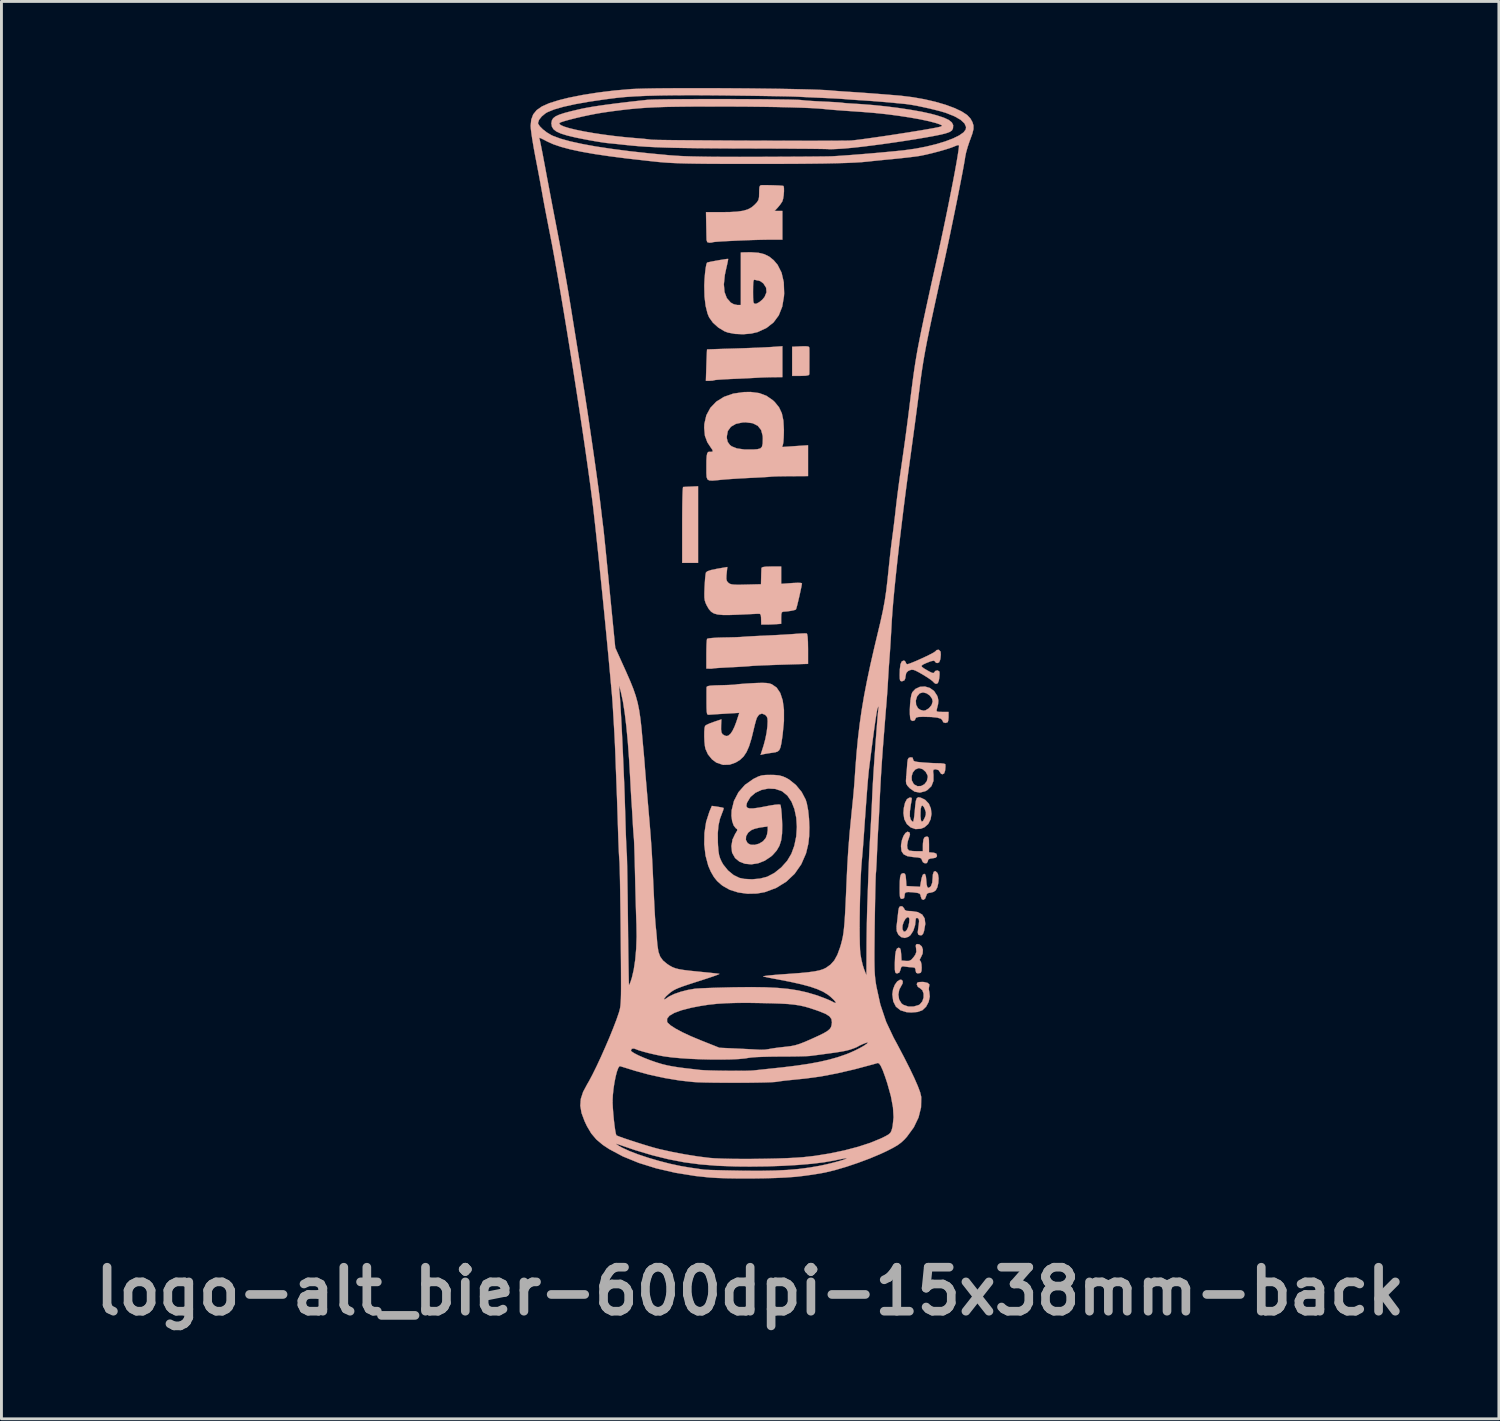
<source format=kicad_pcb>
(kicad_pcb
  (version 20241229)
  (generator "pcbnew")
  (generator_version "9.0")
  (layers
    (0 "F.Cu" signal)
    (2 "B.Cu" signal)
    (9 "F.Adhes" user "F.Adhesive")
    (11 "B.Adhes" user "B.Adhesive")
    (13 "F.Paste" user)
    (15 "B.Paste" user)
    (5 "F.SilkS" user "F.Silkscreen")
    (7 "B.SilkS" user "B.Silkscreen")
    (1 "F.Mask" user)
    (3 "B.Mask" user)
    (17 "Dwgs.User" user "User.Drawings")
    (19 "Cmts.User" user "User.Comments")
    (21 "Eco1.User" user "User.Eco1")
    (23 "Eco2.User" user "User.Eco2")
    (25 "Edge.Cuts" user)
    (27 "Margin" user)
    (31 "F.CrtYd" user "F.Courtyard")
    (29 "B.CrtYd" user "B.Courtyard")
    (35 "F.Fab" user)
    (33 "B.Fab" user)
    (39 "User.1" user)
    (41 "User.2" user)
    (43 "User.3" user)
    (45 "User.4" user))
  (footprint "logo-alt_bier-600dpi-15x38mm-back"
    (layer "F.Cu")
    (at 22.94 18.938)
    (property "Reference" "logo-alt_bier-600dpi-15x38mm-back" (at 0 22.75 0) (layer "F.Fab") (effects (font (size 1.524 1.524) (thickness 0.3))))
    (attr through_hole)
    (fp_poly (pts (xy -2.048 -5.13) (xy -2.186 -5.124) (xy -2.288 -5.118) (xy -2.324 -5.116) (xy -2.331 -5.074) (xy -2.339 -4.959) (xy -2.345 -4.778) (xy -2.35 -4.544) (xy -2.353 -4.266) (xy -2.355 -3.955) (xy -2.355 -3.8) (xy -2.355 -2.488) (xy -1.805 -2.488) (xy -1.805 -5.141) (xy -2.048 -5.13)) (stroke (width 0.01) (type solid)) (fill yes) (layer "B.SilkS"))
    (fp_poly (pts (xy 1.751 -9.988) (xy 1.455 -9.974) (xy 1.455 -8.965) (xy 1.751 -8.965) (xy 1.924 -8.971) (xy 2.021 -8.989) (xy 2.049 -9.018) (xy 2.05 -9.103) (xy 2.051 -9.242) (xy 2.051 -9.413) (xy 2.052 -9.591) (xy 2.052 -9.754) (xy 2.051 -9.878) (xy 2.05 -9.939) (xy 2.033 -9.972) (xy 1.975 -9.989) (xy 1.86 -9.992) (xy 1.751 -9.988)) (stroke (width 0.01) (type solid)) (fill yes) (layer "B.SilkS"))
    (fp_poly (pts (xy 0.724 -9.965) (xy 0.559 -9.956) (xy 0.33 -9.945) (xy 0.057 -9.934) (xy -0.24 -9.923) (xy -0.541 -9.913) (xy -0.577 -9.912) (xy -0.845 -9.904) (xy -1.082 -9.897) (xy -1.276 -9.89) (xy -1.415 -9.885) (xy -1.487 -9.882) (xy -1.493 -9.881) (xy -1.497 -9.839) (xy -1.502 -9.728) (xy -1.509 -9.566) (xy -1.516 -9.366) (xy -1.517 -9.335) (xy -1.534 -8.796) (xy -1.401 -8.796) (xy -1.303 -8.801) (xy -1.249 -8.815) (xy -1.249 -8.815) (xy -1.202 -8.824) (xy -1.086 -8.834) (xy -0.915 -8.845) (xy -0.706 -8.856) (xy -0.596 -8.861) (xy -0.354 -8.871) (xy -0.122 -8.882) (xy 0.076 -8.892) (xy 0.218 -8.9) (xy 0.248 -8.902) (xy 0.4 -8.91) (xy 0.594 -8.916) (xy 0.788 -8.92) (xy 1.116 -8.923) (xy 1.116 -9.993) (xy 0.724 -9.965)) (stroke (width 0.01) (type solid)) (fill yes) (layer "B.SilkS"))
    (fp_poly (pts (xy 5.192 11.955) (xy 5.096 12.013) (xy 5.012 12.131) (xy 4.951 12.286) (xy 4.926 12.456) (xy 4.926 12.464) (xy 4.957 12.705) (xy 5.05 12.888) (xy 5.205 13.013) (xy 5.42 13.079) (xy 5.582 13.09) (xy 5.799 13.072) (xy 5.957 13.016) (xy 5.969 13.009) (xy 6.095 12.889) (xy 6.184 12.722) (xy 6.223 12.539) (xy 6.208 12.395) (xy 6.188 12.284) (xy 6.196 12.202) (xy 6.199 12.197) (xy 6.21 12.121) (xy 6.148 12.065) (xy 6.023 12.035) (xy 5.958 12.032) (xy 5.841 12.038) (xy 5.787 12.062) (xy 5.773 12.115) (xy 5.773 12.118) (xy 5.811 12.202) (xy 5.875 12.243) (xy 5.965 12.317) (xy 6.009 12.436) (xy 6.008 12.574) (xy 5.964 12.707) (xy 5.878 12.809) (xy 5.844 12.829) (xy 5.662 12.885) (xy 5.475 12.883) (xy 5.311 12.827) (xy 5.242 12.775) (xy 5.16 12.639) (xy 5.134 12.47) (xy 5.165 12.298) (xy 5.226 12.185) (xy 5.282 12.082) (xy 5.285 11.999) (xy 5.237 11.955) (xy 5.192 11.955)) (stroke (width 0.01) (type solid)) (fill yes) (layer "B.SilkS"))
    (fp_poly (pts (xy 5.379 6.873) (xy 5.313 6.973) (xy 5.26 7.111) (xy 5.229 7.275) (xy 5.226 7.339) (xy 5.244 7.499) (xy 5.315 7.608) (xy 5.447 7.674) (xy 5.649 7.706) (xy 5.659 7.706) (xy 5.81 7.719) (xy 5.896 7.738) (xy 5.937 7.77) (xy 5.95 7.814) (xy 5.988 7.887) (xy 6.054 7.922) (xy 6.12 7.913) (xy 6.153 7.857) (xy 6.154 7.847) (xy 6.172 7.788) (xy 6.24 7.758) (xy 6.312 7.749) (xy 6.42 7.73) (xy 6.466 7.69) (xy 6.471 7.651) (xy 6.449 7.587) (xy 6.369 7.557) (xy 6.334 7.553) (xy 6.196 7.54) (xy 6.196 7.267) (xy 6.193 7.119) (xy 6.181 7.036) (xy 6.153 7.001) (xy 6.116 6.995) (xy 6.045 7.017) (xy 6.004 7.092) (xy 5.986 7.233) (xy 5.984 7.316) (xy 5.984 7.503) (xy 5.776 7.503) (xy 5.64 7.498) (xy 5.532 7.485) (xy 5.501 7.477) (xy 5.449 7.415) (xy 5.437 7.298) (xy 5.464 7.146) (xy 5.498 7.049) (xy 5.537 6.926) (xy 5.522 6.855) (xy 5.518 6.851) (xy 5.451 6.827) (xy 5.379 6.873)) (stroke (width 0.01) (type solid)) (fill yes) (layer "B.SilkS"))
    (fp_poly (pts (xy 5.772 5.668) (xy 5.739 5.763) (xy 5.718 5.927) (xy 5.707 6.063) (xy 5.691 6.241) (xy 5.672 6.382) (xy 5.653 6.468) (xy 5.642 6.487) (xy 5.597 6.454) (xy 5.558 6.396) (xy 5.531 6.29) (xy 5.534 6.12) (xy 5.567 5.881) (xy 5.587 5.774) (xy 5.6 5.68) (xy 5.579 5.645) (xy 5.515 5.647) (xy 5.431 5.7) (xy 5.366 5.822) (xy 5.324 6.002) (xy 5.31 6.182) (xy 5.34 6.393) (xy 5.429 6.562) (xy 5.563 6.679) (xy 5.729 6.736) (xy 5.914 6.724) (xy 6.037 6.674) (xy 6.169 6.559) (xy 6.251 6.397) (xy 6.281 6.212) (xy 6.275 6.153) (xy 6.088 6.153) (xy 6.084 6.244) (xy 6.051 6.338) (xy 5.992 6.451) (xy 5.947 6.481) (xy 5.916 6.429) (xy 5.901 6.296) (xy 5.9 6.214) (xy 5.908 6.039) (xy 5.933 5.94) (xy 5.971 5.919) (xy 6.021 5.978) (xy 6.049 6.039) (xy 6.088 6.153) (xy 6.275 6.153) (xy 6.261 6.024) (xy 6.19 5.856) (xy 6.068 5.728) (xy 6.028 5.704) (xy 5.908 5.648) (xy 5.826 5.633) (xy 5.772 5.668)) (stroke (width 0.01) (type solid)) (fill yes) (layer "B.SilkS"))
    (fp_poly (pts (xy 5.75 10.731) (xy 5.737 10.781) (xy 5.749 10.871) (xy 5.758 10.987) (xy 5.723 11.086) (xy 5.665 11.17) (xy 5.582 11.264) (xy 5.505 11.303) (xy 5.398 11.304) (xy 5.244 11.291) (xy 5.231 11.069) (xy 5.218 10.936) (xy 5.194 10.869) (xy 5.151 10.847) (xy 5.141 10.847) (xy 5.085 10.877) (xy 5.046 10.97) (xy 5.022 11.132) (xy 5.012 11.371) (xy 5.011 11.45) (xy 5.013 11.602) (xy 5.024 11.689) (xy 5.049 11.727) (xy 5.093 11.736) (xy 5.096 11.736) (xy 5.167 11.708) (xy 5.207 11.613) (xy 5.208 11.605) (xy 5.235 11.516) (xy 5.285 11.489) (xy 5.361 11.499) (xy 5.5 11.518) (xy 5.609 11.524) (xy 5.697 11.537) (xy 5.728 11.59) (xy 5.73 11.63) (xy 5.752 11.715) (xy 5.808 11.736) (xy 5.888 11.722) (xy 5.914 11.708) (xy 5.936 11.645) (xy 5.942 11.539) (xy 5.935 11.424) (xy 5.915 11.334) (xy 5.892 11.303) (xy 5.87 11.267) (xy 5.91 11.188) (xy 5.913 11.184) (xy 5.975 11.049) (xy 5.984 10.914) (xy 5.945 10.801) (xy 5.864 10.732) (xy 5.802 10.72) (xy 5.75 10.731)) (stroke (width 0.01) (type solid)) (fill yes) (layer "B.SilkS"))
    (fp_poly (pts (xy 0.402 -15.573) (xy 0.386 -15.572) (xy 0.344 -15.557) (xy 0.321 -15.505) (xy 0.313 -15.396) (xy 0.312 -15.31) (xy 0.308 -15.161) (xy 0.287 -15.063) (xy 0.237 -14.981) (xy 0.153 -14.892) (xy 0.044 -14.801) (xy -0.083 -14.733) (xy -0.242 -14.686) (xy -0.446 -14.656) (xy -0.71 -14.641) (xy -0.992 -14.638) (xy -1.53 -14.638) (xy -1.522 -14.204) (xy -1.518 -14.01) (xy -1.515 -13.841) (xy -1.512 -13.718) (xy -1.511 -13.675) (xy -1.486 -13.599) (xy -1.41 -13.579) (xy -1.326 -13.586) (xy -1.293 -13.597) (xy -1.246 -13.605) (xy -1.128 -13.615) (xy -0.953 -13.627) (xy -0.735 -13.638) (xy -0.489 -13.65) (xy -0.228 -13.661) (xy 0.034 -13.671) (xy 0.283 -13.678) (xy 0.505 -13.683) (xy 0.682 -13.685) (xy 1.116 -13.685) (xy 1.116 -14.68) (xy 0.846 -14.68) (xy 0.955 -14.796) (xy 1.043 -14.904) (xy 1.112 -15.007) (xy 1.115 -15.014) (xy 1.141 -15.1) (xy 1.161 -15.226) (xy 1.171 -15.362) (xy 1.17 -15.478) (xy 1.156 -15.543) (xy 1.154 -15.545) (xy 1.108 -15.553) (xy 1 -15.561) (xy 0.852 -15.567) (xy 0.688 -15.572) (xy 0.53 -15.574) (xy 0.402 -15.573)) (stroke (width 0.01) (type solid)) (fill yes) (layer "B.SilkS"))
    (fp_poly (pts (xy 1.775 -0.041) (xy 1.616 -0.031) (xy 1.573 -0.027) (xy 1.407 -0.015) (xy 1.182 -0.001) (xy 0.922 0.014) (xy 0.654 0.027) (xy 0.55 0.032) (xy 0.308 0.043) (xy 0.087 0.054) (xy -0.095 0.064) (xy -0.221 0.072) (xy -0.26 0.076) (xy -0.35 0.082) (xy -0.505 0.089) (xy -0.701 0.094) (xy -0.918 0.098) (xy -0.928 0.098) (xy -1.133 0.104) (xy -1.307 0.115) (xy -1.432 0.128) (xy -1.491 0.144) (xy -1.493 0.146) (xy -1.503 0.202) (xy -1.511 0.324) (xy -1.516 0.494) (xy -1.518 0.68) (xy -1.518 1.174) (xy -1.408 1.178) (xy -1.322 1.177) (xy -1.286 1.17) (xy -1.242 1.164) (xy -1.128 1.155) (xy -0.962 1.145) (xy -0.757 1.134) (xy -0.682 1.13) (xy -0.458 1.119) (xy -0.257 1.107) (xy -0.098 1.097) (xy 0.000153 1.088) (xy 0.013 1.087) (xy 0.085 1.081) (xy 0.228 1.073) (xy 0.427 1.064) (xy 0.67 1.055) (xy 0.942 1.045) (xy 1.061 1.041) (xy 2.005 1.012) (xy 2.005 0.493) (xy 2.001 0.246) (xy 1.99 0.072) (xy 1.972 -0.023) (xy 1.959 -0.041) (xy 1.897 -0.045) (xy 1.775 -0.041)) (stroke (width 0.01) (type solid)) (fill yes) (layer "B.SilkS"))
    (fp_poly (pts (xy 5.184 9.419) (xy 5.154 9.466) (xy 5.133 9.567) (xy 5.122 9.672) (xy 5.103 9.847) (xy 5.083 10.017) (xy 5.071 10.107) (xy 5.077 10.271) (xy 5.138 10.399) (xy 5.237 10.481) (xy 5.358 10.508) (xy 5.484 10.467) (xy 5.555 10.409) (xy 5.652 10.258) (xy 5.714 10.063) (xy 5.73 9.907) (xy 5.737 9.857) (xy 5.516 9.857) (xy 5.509 9.974) (xy 5.508 9.979) (xy 5.477 10.124) (xy 5.428 10.229) (xy 5.371 10.286) (xy 5.319 10.286) (xy 5.28 10.217) (xy 5.273 10.181) (xy 5.28 10.074) (xy 5.319 9.954) (xy 5.377 9.85) (xy 5.44 9.793) (xy 5.459 9.789) (xy 5.501 9.802) (xy 5.516 9.857) (xy 5.737 9.857) (xy 5.742 9.826) (xy 5.784 9.813) (xy 5.799 9.818) (xy 5.84 9.852) (xy 5.852 9.924) (xy 5.841 10.039) (xy 5.823 10.176) (xy 5.808 10.29) (xy 5.805 10.318) (xy 5.824 10.391) (xy 5.886 10.416) (xy 5.952 10.409) (xy 5.996 10.351) (xy 6.024 10.268) (xy 6.067 10.023) (xy 6.046 9.833) (xy 5.96 9.697) (xy 5.807 9.612) (xy 5.587 9.578) (xy 5.538 9.577) (xy 5.418 9.569) (xy 5.358 9.536) (xy 5.337 9.492) (xy 5.283 9.422) (xy 5.231 9.408) (xy 5.184 9.419)) (stroke (width 0.01) (type solid)) (fill yes) (layer "B.SilkS"))
    (fp_poly (pts (xy 6.362 8.215) (xy 6.33 8.31) (xy 6.323 8.418) (xy 6.307 8.596) (xy 6.261 8.718) (xy 6.191 8.771) (xy 6.175 8.773) (xy 6.137 8.744) (xy 6.113 8.652) (xy 6.103 8.529) (xy 6.089 8.383) (xy 6.064 8.306) (xy 6.027 8.286) (xy 5.979 8.322) (xy 5.94 8.434) (xy 5.925 8.51) (xy 5.887 8.734) (xy 5.65 8.722) (xy 5.413 8.709) (xy 5.4 8.487) (xy 5.387 8.354) (xy 5.363 8.287) (xy 5.32 8.265) (xy 5.309 8.265) (xy 5.254 8.276) (xy 5.217 8.321) (xy 5.194 8.41) (xy 5.183 8.558) (xy 5.18 8.776) (xy 5.181 8.956) (xy 5.188 9.068) (xy 5.204 9.127) (xy 5.232 9.15) (xy 5.265 9.154) (xy 5.332 9.128) (xy 5.349 9.05) (xy 5.357 8.972) (xy 5.392 8.93) (xy 5.473 8.916) (xy 5.615 8.925) (xy 5.657 8.929) (xy 5.793 8.946) (xy 5.867 8.971) (xy 5.899 9.014) (xy 5.908 9.064) (xy 5.943 9.162) (xy 6.003 9.189) (xy 6.062 9.144) (xy 6.09 9.071) (xy 6.125 8.978) (xy 6.191 8.944) (xy 6.235 8.942) (xy 6.352 8.912) (xy 6.429 8.857) (xy 6.486 8.75) (xy 6.519 8.6) (xy 6.528 8.439) (xy 6.508 8.303) (xy 6.481 8.248) (xy 6.414 8.192) (xy 6.362 8.215)) (stroke (width 0.01) (type solid)) (fill yes) (layer "B.SilkS"))
    (fp_poly (pts (xy 5.883 1.807) (xy 5.726 1.88) (xy 5.618 1.994) (xy 5.586 2.083) (xy 5.559 2.228) (xy 5.541 2.405) (xy 5.532 2.59) (xy 5.533 2.76) (xy 5.545 2.892) (xy 5.568 2.96) (xy 5.635 2.991) (xy 5.703 2.965) (xy 5.73 2.905) (xy 5.754 2.871) (xy 5.833 2.852) (xy 5.981 2.846) (xy 6 2.846) (xy 6.283 2.853) (xy 6.485 2.875) (xy 6.61 2.913) (xy 6.66 2.967) (xy 6.662 2.979) (xy 6.695 3.039) (xy 6.769 3.06) (xy 6.843 3.032) (xy 6.845 3.029) (xy 6.863 2.972) (xy 6.873 2.867) (xy 6.873 2.839) (xy 6.873 2.677) (xy 6.657 2.677) (xy 6.53 2.674) (xy 6.47 2.66) (xy 6.458 2.624) (xy 6.467 2.581) (xy 6.51 2.408) (xy 6.518 2.317) (xy 6.323 2.317) (xy 6.286 2.438) (xy 6.195 2.549) (xy 6.077 2.621) (xy 6.007 2.634) (xy 5.896 2.605) (xy 5.815 2.55) (xy 5.749 2.43) (xy 5.739 2.282) (xy 5.782 2.139) (xy 5.873 2.033) (xy 5.874 2.032) (xy 5.988 2.001) (xy 6.113 2.032) (xy 6.226 2.111) (xy 6.303 2.221) (xy 6.323 2.317) (xy 6.518 2.317) (xy 6.52 2.283) (xy 6.5 2.173) (xy 6.477 2.114) (xy 6.372 1.953) (xy 6.225 1.847) (xy 6.056 1.797) (xy 5.883 1.807)) (stroke (width 0.01) (type solid)) (fill yes) (layer "B.SilkS"))
    (fp_poly (pts (xy 5.492 4.271) (xy 5.461 4.324) (xy 5.445 4.433) (xy 5.442 4.476) (xy 5.43 4.647) (xy 5.414 4.842) (xy 5.406 4.931) (xy 5.397 5.072) (xy 5.408 5.163) (xy 5.451 5.237) (xy 5.532 5.323) (xy 5.698 5.439) (xy 5.88 5.472) (xy 6.069 5.423) (xy 6.138 5.384) (xy 6.28 5.248) (xy 6.35 5.066) (xy 6.35 4.931) (xy 6.154 4.931) (xy 6.121 5.075) (xy 6.037 5.183) (xy 5.923 5.244) (xy 5.797 5.25) (xy 5.681 5.189) (xy 5.665 5.172) (xy 5.6 5.05) (xy 5.593 4.91) (xy 5.634 4.777) (xy 5.717 4.674) (xy 5.832 4.625) (xy 5.856 4.624) (xy 5.978 4.661) (xy 6.083 4.755) (xy 6.146 4.876) (xy 6.154 4.931) (xy 6.35 4.931) (xy 6.351 4.856) (xy 6.338 4.74) (xy 6.349 4.684) (xy 6.393 4.667) (xy 6.434 4.666) (xy 6.532 4.695) (xy 6.565 4.751) (xy 6.614 4.82) (xy 6.662 4.836) (xy 6.718 4.809) (xy 6.751 4.719) (xy 6.757 4.677) (xy 6.766 4.566) (xy 6.762 4.493) (xy 6.759 4.486) (xy 6.71 4.469) (xy 6.604 4.457) (xy 6.517 4.455) (xy 6.358 4.451) (xy 6.158 4.441) (xy 5.97 4.427) (xy 5.804 4.411) (xy 5.706 4.392) (xy 5.659 4.365) (xy 5.646 4.325) (xy 5.646 4.319) (xy 5.623 4.257) (xy 5.55 4.251) (xy 5.492 4.271)) (stroke (width 0.01) (type solid)) (fill yes) (layer "B.SilkS"))
    (fp_poly (pts (xy 6.462 0.532) (xy 6.42 0.575) (xy 6.372 0.611) (xy 6.264 0.67) (xy 6.116 0.744) (xy 5.946 0.823) (xy 5.775 0.9) (xy 5.619 0.965) (xy 5.5 1.01) (xy 5.436 1.026) (xy 5.397 0.991) (xy 5.392 0.962) (xy 5.357 0.91) (xy 5.312 0.899) (xy 5.25 0.93) (xy 5.208 1.027) (xy 5.186 1.197) (xy 5.18 1.394) (xy 5.183 1.526) (xy 5.197 1.593) (xy 5.231 1.614) (xy 5.275 1.611) (xy 5.343 1.583) (xy 5.375 1.509) (xy 5.383 1.443) (xy 5.407 1.328) (xy 5.469 1.262) (xy 5.52 1.237) (xy 5.584 1.216) (xy 5.647 1.217) (xy 5.727 1.244) (xy 5.845 1.305) (xy 5.987 1.387) (xy 6.139 1.481) (xy 6.262 1.565) (xy 6.338 1.627) (xy 6.352 1.646) (xy 6.408 1.695) (xy 6.449 1.703) (xy 6.5 1.68) (xy 6.533 1.601) (xy 6.55 1.508) (xy 6.561 1.384) (xy 6.559 1.295) (xy 6.553 1.275) (xy 6.491 1.239) (xy 6.416 1.257) (xy 6.381 1.3) (xy 6.354 1.33) (xy 6.299 1.322) (xy 6.197 1.272) (xy 6.16 1.251) (xy 6.018 1.168) (xy 5.946 1.112) (xy 5.941 1.071) (xy 5.999 1.03) (xy 6.091 0.987) (xy 6.26 0.921) (xy 6.364 0.901) (xy 6.406 0.928) (xy 6.408 0.941) (xy 6.443 0.976) (xy 6.487 0.983) (xy 6.545 0.959) (xy 6.581 0.876) (xy 6.593 0.817) (xy 6.604 0.693) (xy 6.597 0.597) (xy 6.594 0.585) (xy 6.537 0.525) (xy 6.462 0.532)) (stroke (width 0.01) (type solid)) (fill yes) (layer "B.SilkS"))
    (fp_poly (pts (xy 0.548 -2.356) (xy 0.437 -2.341) (xy 0.393 -2.314) (xy 0.392 -2.308) (xy 0.389 -2.239) (xy 0.384 -2.116) (xy 0.381 -2.001) (xy 0.375 -1.747) (xy -0.147 -1.734) (xy -0.372 -1.729) (xy -0.527 -1.731) (xy -0.631 -1.741) (xy -0.699 -1.76) (xy -0.747 -1.79) (xy -0.756 -1.797) (xy -0.805 -1.855) (xy -0.825 -1.931) (xy -0.822 -2.052) (xy -0.816 -2.109) (xy -0.792 -2.344) (xy -1.149 -2.282) (xy -1.356 -2.239) (xy -1.483 -2.195) (xy -1.532 -2.153) (xy -1.545 -2.084) (xy -1.56 -1.952) (xy -1.572 -1.778) (xy -1.58 -1.641) (xy -1.587 -1.436) (xy -1.586 -1.292) (xy -1.573 -1.187) (xy -1.545 -1.099) (xy -1.501 -1.006) (xy -1.43 -0.884) (xy -1.352 -0.795) (xy -1.254 -0.734) (xy -1.122 -0.698) (xy -0.943 -0.682) (xy -0.703 -0.682) (xy -0.471 -0.69) (xy -0.24 -0.7) (xy -0.031 -0.71) (xy 0.137 -0.718) (xy 0.246 -0.723) (xy 0.269 -0.724) (xy 0.335 -0.721) (xy 0.367 -0.685) (xy 0.378 -0.594) (xy 0.379 -0.541) (xy 0.384 -0.35) (xy 0.549 -0.35) (xy 0.706 -0.353) (xy 0.873 -0.362) (xy 0.894 -0.363) (xy 1.074 -0.376) (xy 1.074 -0.585) (xy 1.079 -0.714) (xy 1.1 -0.777) (xy 1.144 -0.796) (xy 1.148 -0.796) (xy 1.271 -0.805) (xy 1.405 -0.824) (xy 1.519 -0.847) (xy 1.582 -0.87) (xy 1.585 -0.873) (xy 1.602 -0.921) (xy 1.632 -1.031) (xy 1.668 -1.181) (xy 1.708 -1.349) (xy 1.744 -1.515) (xy 1.774 -1.658) (xy 1.791 -1.754) (xy 1.794 -1.78) (xy 1.755 -1.792) (xy 1.651 -1.796) (xy 1.501 -1.791) (xy 1.433 -1.786) (xy 1.074 -1.76) (xy 1.074 -2.361) (xy 0.735 -2.361) (xy 0.548 -2.356)) (stroke (width 0.01) (type solid)) (fill yes) (layer "B.SilkS"))
    (fp_poly (pts (xy -0.186 -13.246) (xy -0.323 -13.241) (xy -0.323 -11.42) (xy -0.445 -11.42) (xy -0.567 -11.447) (xy -0.672 -11.504) (xy -0.809 -11.66) (xy -0.889 -11.87) (xy -0.912 -12.137) (xy -0.878 -12.462) (xy -0.834 -12.669) (xy -0.798 -12.826) (xy -0.773 -12.947) (xy -0.763 -13.012) (xy -0.763 -13.018) (xy -0.807 -13.016) (xy -0.91 -13.001) (xy -1.049 -12.979) (xy -1.2 -12.952) (xy -1.34 -12.926) (xy -1.446 -12.903) (xy -1.493 -12.889) (xy -1.494 -12.889) (xy -1.518 -12.826) (xy -1.542 -12.697) (xy -1.563 -12.522) (xy -1.58 -12.319) (xy -1.59 -12.106) (xy -1.59 -12.081) (xy -1.582 -11.715) (xy -1.543 -11.391) (xy -1.476 -11.123) (xy -1.422 -10.993) (xy -1.291 -10.809) (xy -1.104 -10.641) (xy -0.891 -10.512) (xy -0.773 -10.467) (xy -0.525 -10.42) (xy -0.243 -10.408) (xy 0.034 -10.431) (xy 0.257 -10.483) (xy 0.566 -10.626) (xy 0.81 -10.818) (xy 0.991 -11.063) (xy 1.111 -11.365) (xy 1.171 -11.726) (xy 1.177 -11.823) (xy 1.176 -11.862) (xy 0.566 -11.862) (xy 0.499 -11.7) (xy 0.422 -11.607) (xy 0.318 -11.521) (xy 0.222 -11.469) (xy 0.189 -11.463) (xy 0.149 -11.468) (xy 0.123 -11.492) (xy 0.108 -11.553) (xy 0.102 -11.664) (xy 0.1 -11.84) (xy 0.1 -11.891) (xy 0.102 -12.085) (xy 0.108 -12.208) (xy 0.12 -12.274) (xy 0.142 -12.297) (xy 0.167 -12.293) (xy 0.264 -12.269) (xy 0.296 -12.267) (xy 0.366 -12.239) (xy 0.454 -12.171) (xy 0.462 -12.163) (xy 0.553 -12.02) (xy 0.566 -11.862) (xy 1.176 -11.862) (xy 1.164 -12.21) (xy 1.088 -12.54) (xy 0.949 -12.815) (xy 0.813 -12.974) (xy 0.659 -13.098) (xy 0.49 -13.181) (xy 0.288 -13.23) (xy 0.035 -13.248) (xy -0.186 -13.246)) (stroke (width 0.01) (type solid)) (fill yes) (layer "B.SilkS"))
    (fp_poly (pts (xy -0.214 -8.404) (xy -0.586 -8.351) (xy -0.907 -8.239) (xy -1.173 -8.073) (xy -1.378 -7.859) (xy -1.518 -7.6) (xy -1.587 -7.301) (xy -1.593 -7.165) (xy -1.568 -6.895) (xy -1.484 -6.666) (xy -1.374 -6.499) (xy -1.305 -6.398) (xy -1.298 -6.345) (xy -1.357 -6.332) (xy -1.41 -6.336) (xy -1.456 -6.328) (xy -1.487 -6.283) (xy -1.506 -6.189) (xy -1.516 -6.033) (xy -1.517 -5.806) (xy -1.517 -5.796) (xy -1.517 -5.597) (xy -1.509 -5.462) (xy -1.481 -5.382) (xy -1.418 -5.344) (xy -1.307 -5.337) (xy -1.134 -5.352) (xy -0.98 -5.368) (xy -0.812 -5.382) (xy -0.586 -5.398) (xy -0.327 -5.414) (xy -0.063 -5.428) (xy 0.015 -5.432) (xy 0.246 -5.443) (xy 0.45 -5.454) (xy 0.611 -5.464) (xy 0.711 -5.472) (xy 0.735 -5.475) (xy 0.799 -5.479) (xy 0.93 -5.484) (xy 1.111 -5.487) (xy 1.326 -5.49) (xy 1.402 -5.49) (xy 2.005 -5.494) (xy 2.005 -6.562) (xy 1.556 -6.532) (xy 1.108 -6.501) (xy 1.137 -6.595) (xy 1.151 -6.678) (xy 1.159 -6.798) (xy 0.438 -6.798) (xy 0.433 -6.621) (xy 0.409 -6.511) (xy 0.353 -6.452) (xy 0.25 -6.425) (xy 0.127 -6.416) (xy -0.204 -6.416) (xy -0.46 -6.452) (xy -0.64 -6.524) (xy -0.701 -6.571) (xy -0.778 -6.676) (xy -0.808 -6.805) (xy -0.81 -6.866) (xy -0.774 -7.056) (xy -0.667 -7.203) (xy -0.496 -7.303) (xy -0.264 -7.352) (xy -0.153 -7.356) (xy 0.085 -7.326) (xy 0.263 -7.237) (xy 0.38 -7.09) (xy 0.434 -6.886) (xy 0.438 -6.798) (xy 1.159 -6.798) (xy 1.161 -6.821) (xy 1.167 -7) (xy 1.168 -7.099) (xy 1.151 -7.414) (xy 1.098 -7.667) (xy 1 -7.876) (xy 0.852 -8.059) (xy 0.786 -8.121) (xy 0.564 -8.275) (xy 0.313 -8.369) (xy 0.016 -8.408) (xy -0.214 -8.404)) (stroke (width 0.01) (type solid)) (fill yes) (layer "B.SilkS"))
    (fp_poly (pts (xy 0.222 1.675) (xy 0.061 1.683) (xy -0.143 1.695) (xy -0.315 1.708) (xy -0.438 1.718) (xy -0.495 1.727) (xy -0.496 1.727) (xy -0.546 1.734) (xy -0.662 1.74) (xy -0.828 1.747) (xy -1.015 1.752) (xy -1.23 1.758) (xy -1.375 1.767) (xy -1.461 1.782) (xy -1.502 1.803) (xy -1.511 1.828) (xy -1.512 1.896) (xy -1.513 2.028) (xy -1.513 2.202) (xy -1.513 2.338) (xy -1.511 2.537) (xy -1.505 2.666) (xy -1.493 2.739) (xy -1.471 2.77) (xy -1.438 2.775) (xy -1.438 2.775) (xy -1.367 2.77) (xy -1.232 2.761) (xy -1.053 2.749) (xy -0.87 2.738) (xy -0.377 2.709) (xy -0.479 3.021) (xy -0.542 3.187) (xy -0.613 3.334) (xy -0.678 3.43) (xy -0.683 3.436) (xy -0.763 3.503) (xy -0.831 3.512) (xy -0.893 3.49) (xy -0.958 3.449) (xy -0.994 3.387) (xy -1.008 3.283) (xy -1.006 3.117) (xy -1.004 3.092) (xy -0.997 2.935) (xy -1.263 3.024) (xy -1.404 3.076) (xy -1.512 3.126) (xy -1.561 3.16) (xy -1.58 3.233) (xy -1.59 3.365) (xy -1.591 3.53) (xy -1.584 3.703) (xy -1.568 3.858) (xy -1.549 3.956) (xy -1.462 4.148) (xy -1.322 4.32) (xy -1.169 4.434) (xy -0.94 4.511) (xy -0.71 4.504) (xy -0.503 4.431) (xy -0.353 4.339) (xy -0.229 4.222) (xy -0.126 4.067) (xy -0.036 3.862) (xy 0.046 3.595) (xy 0.12 3.291) (xy 0.16 3.124) (xy 0.201 2.975) (xy 0.232 2.879) (xy 0.308 2.77) (xy 0.408 2.734) (xy 0.517 2.777) (xy 0.531 2.789) (xy 0.576 2.839) (xy 0.599 2.902) (xy 0.605 3.001) (xy 0.598 3.159) (xy 0.596 3.185) (xy 0.57 3.391) (xy 0.523 3.625) (xy 0.467 3.834) (xy 0.361 4.166) (xy 0.453 4.143) (xy 0.547 4.125) (xy 0.686 4.103) (xy 0.77 4.091) (xy 0.878 4.074) (xy 0.955 4.047) (xy 1.01 3.996) (xy 1.049 3.907) (xy 1.08 3.767) (xy 1.111 3.563) (xy 1.126 3.451) (xy 1.17 2.995) (xy 1.17 2.603) (xy 1.127 2.278) (xy 1.042 2.02) (xy 0.916 1.833) (xy 0.748 1.718) (xy 0.663 1.69) (xy 0.559 1.675) (xy 0.418 1.67) (xy 0.222 1.675)) (stroke (width 0.01) (type solid)) (fill yes) (layer "B.SilkS"))
    (fp_poly (pts (xy 0.532 4.862) (xy 0.4 4.877) (xy 0.283 4.914) (xy 0.146 4.981) (xy 0.107 5.002) (xy -0.18 5.203) (xy -0.405 5.459) (xy -0.561 5.76) (xy -0.642 6.086) (xy -0.649 6.276) (xy -0.624 6.459) (xy -0.573 6.609) (xy -0.502 6.702) (xy -0.497 6.706) (xy -0.451 6.741) (xy -0.448 6.784) (xy -0.491 6.859) (xy -0.517 6.898) (xy -0.611 7.098) (xy -0.65 7.322) (xy -0.629 7.536) (xy -0.621 7.563) (xy -0.522 7.74) (xy -0.37 7.865) (xy -0.178 7.938) (xy 0.041 7.957) (xy 0.273 7.922) (xy 0.504 7.832) (xy 0.721 7.687) (xy 0.783 7.632) (xy 0.917 7.48) (xy 1.013 7.316) (xy 1.074 7.124) (xy 1.105 6.888) (xy 1.107 6.78) (xy 0.608 6.78) (xy 0.587 6.916) (xy 0.542 7.042) (xy 0.446 7.158) (xy 0.31 7.241) (xy 0.158 7.283) (xy 0.015 7.279) (xy -0.087 7.224) (xy -0.149 7.111) (xy -0.141 6.982) (xy -0.069 6.858) (xy 0.052 6.765) (xy 0.166 6.722) (xy 0.318 6.686) (xy 0.39 6.674) (xy 0.608 6.645) (xy 0.608 6.78) (xy 1.107 6.78) (xy 1.11 6.593) (xy 1.104 6.43) (xy 1.092 6.231) (xy 1.077 6.062) (xy 1.06 5.942) (xy 1.045 5.89) (xy 0.989 5.883) (xy 0.87 5.892) (xy 0.704 5.917) (xy 0.586 5.94) (xy 0.311 5.992) (xy 0.11 6.019) (xy -0.025 6.02) (xy -0.103 5.994) (xy -0.132 5.939) (xy -0.119 5.853) (xy -0.105 5.813) (xy 0.009 5.625) (xy 0.181 5.478) (xy 0.394 5.379) (xy 0.629 5.332) (xy 0.869 5.344) (xy 1.094 5.42) (xy 1.115 5.432) (xy 1.291 5.577) (xy 1.432 5.785) (xy 1.534 6.045) (xy 1.597 6.341) (xy 1.618 6.661) (xy 1.596 6.991) (xy 1.528 7.317) (xy 1.428 7.591) (xy 1.282 7.836) (xy 1.077 8.065) (xy 0.839 8.256) (xy 0.59 8.387) (xy 0.587 8.388) (xy 0.342 8.451) (xy 0.065 8.476) (xy -0.205 8.462) (xy -0.372 8.427) (xy -0.574 8.329) (xy -0.768 8.169) (xy -0.932 7.966) (xy -0.988 7.868) (xy -1.041 7.752) (xy -1.077 7.635) (xy -1.099 7.494) (xy -1.114 7.303) (xy -1.119 7.197) (xy -1.122 6.877) (xy -1.099 6.613) (xy -1.047 6.38) (xy -0.972 6.179) (xy -0.933 6.077) (xy -0.918 6.013) (xy -0.92 6.005) (xy -0.969 5.99) (xy -1.072 5.971) (xy -1.132 5.961) (xy -1.327 5.933) (xy -1.413 6.136) (xy -1.525 6.485) (xy -1.584 6.87) (xy -1.591 7.266) (xy -1.546 7.653) (xy -1.451 8.008) (xy -1.362 8.213) (xy -1.256 8.396) (xy -1.146 8.534) (xy -1.003 8.662) (xy -0.949 8.704) (xy -0.709 8.839) (xy -0.417 8.931) (xy -0.095 8.976) (xy 0.233 8.969) (xy 0.512 8.919) (xy 0.906 8.772) (xy 1.251 8.558) (xy 1.541 8.284) (xy 1.77 7.955) (xy 1.935 7.578) (xy 2.015 7.244) (xy 2.044 6.98) (xy 2.051 6.683) (xy 2.039 6.377) (xy 2.009 6.089) (xy 1.962 5.843) (xy 1.924 5.718) (xy 1.783 5.449) (xy 1.583 5.207) (xy 1.347 5.018) (xy 1.269 4.974) (xy 1.135 4.912) (xy 1.004 4.877) (xy 0.845 4.862) (xy 0.714 4.859) (xy 0.532 4.862)) (stroke (width 0.01) (type solid)) (fill yes) (layer "B.SilkS"))
    (fp_poly (pts (xy -1.65 -18.555) (xy -2.047 -18.554) (xy -2.418 -18.552) (xy -2.754 -18.549) (xy -3.046 -18.545) (xy -3.284 -18.541) (xy -3.459 -18.535) (xy -3.562 -18.529) (xy -4.15 -18.464) (xy -4.658 -18.403) (xy -5.088 -18.346) (xy -5.444 -18.293) (xy -5.73 -18.242) (xy -5.869 -18.213) (xy -6.189 -18.138) (xy -6.436 -18.073) (xy -6.618 -18.013) (xy -6.745 -17.954) (xy -6.825 -17.891) (xy -6.868 -17.82) (xy -6.884 -17.736) (xy -6.885 -17.707) (xy -6.869 -17.601) (xy -6.814 -17.511) (xy -6.714 -17.433) (xy -6.559 -17.362) (xy -6.341 -17.294) (xy -6.052 -17.225) (xy -5.84 -17.182) (xy -5.596 -17.135) (xy -5.358 -17.093) (xy -5.149 -17.059) (xy -4.993 -17.037) (xy -4.959 -17.033) (xy -4.797 -17.017) (xy -4.589 -16.996) (xy -4.371 -16.972) (xy -4.303 -16.965) (xy -4.077 -16.942) (xy -3.845 -16.922) (xy -3.597 -16.905) (xy -3.327 -16.891) (xy -3.026 -16.879) (xy -2.688 -16.869) (xy -2.304 -16.861) (xy -1.868 -16.855) (xy -1.37 -16.85) (xy -0.805 -16.846) (xy -0.164 -16.844) (xy -0.052 -16.844) (xy 0.417 -16.842) (xy 0.863 -16.841) (xy 1.278 -16.839) (xy 1.654 -16.836) (xy 1.984 -16.834) (xy 2.261 -16.831) (xy 2.476 -16.828) (xy 2.624 -16.825) (xy 2.695 -16.823) (xy 2.7 -16.822) (xy 2.777 -16.819) (xy 2.917 -16.823) (xy 3.098 -16.832) (xy 3.254 -16.842) (xy 3.523 -16.867) (xy 3.842 -16.901) (xy 4.197 -16.945) (xy 4.574 -16.994) (xy 4.962 -17.049) (xy 5.346 -17.106) (xy 5.714 -17.164) (xy 6.053 -17.221) (xy 6.348 -17.274) (xy 6.588 -17.322) (xy 6.759 -17.363) (xy 6.778 -17.369) (xy 6.915 -17.418) (xy 6.991 -17.47) (xy 7.026 -17.542) (xy 7.027 -17.546) (xy 7.031 -17.625) (xy 6.647 -17.625) (xy 6.594 -17.6) (xy 6.518 -17.581) (xy 6.369 -17.551) (xy 6.161 -17.514) (xy 5.906 -17.47) (xy 5.615 -17.423) (xy 5.3 -17.373) (xy 4.974 -17.322) (xy 4.648 -17.273) (xy 4.335 -17.228) (xy 4.047 -17.187) (xy 3.796 -17.153) (xy 3.593 -17.129) (xy 3.508 -17.12) (xy 3.431 -17.117) (xy 3.279 -17.114) (xy 3.06 -17.113) (xy 2.781 -17.111) (xy 2.451 -17.111) (xy 2.077 -17.11) (xy 1.667 -17.111) (xy 1.229 -17.111) (xy 0.77 -17.113) (xy 0.3 -17.114) (xy -0.175 -17.116) (xy -0.646 -17.118) (xy -1.106 -17.121) (xy -1.546 -17.124) (xy -1.959 -17.127) (xy -2.337 -17.13) (xy -2.672 -17.133) (xy -2.957 -17.137) (xy -3.182 -17.14) (xy -3.341 -17.144) (xy -3.425 -17.148) (xy -3.435 -17.149) (xy -3.538 -17.163) (xy -3.695 -17.18) (xy -3.874 -17.195) (xy -3.901 -17.197) (xy -4.303 -17.232) (xy -4.698 -17.275) (xy -5.077 -17.324) (xy -5.432 -17.377) (xy -5.755 -17.434) (xy -6.039 -17.492) (xy -6.274 -17.549) (xy -6.454 -17.605) (xy -6.57 -17.658) (xy -6.614 -17.706) (xy -6.604 -17.73) (xy -6.544 -17.758) (xy -6.416 -17.799) (xy -6.237 -17.848) (xy -6.023 -17.902) (xy -5.789 -17.956) (xy -5.552 -18.006) (xy -5.327 -18.05) (xy -5.13 -18.083) (xy -5.128 -18.084) (xy -4.788 -18.133) (xy -4.475 -18.173) (xy -4.179 -18.207) (xy -3.886 -18.234) (xy -3.584 -18.256) (xy -3.263 -18.272) (xy -2.91 -18.284) (xy -2.513 -18.291) (xy -2.06 -18.296) (xy -1.539 -18.298) (xy -1.297 -18.298) (xy -0.692 -18.297) (xy -0.114 -18.294) (xy 0.43 -18.288) (xy 0.933 -18.28) (xy 1.387 -18.269) (xy 1.784 -18.257) (xy 2.118 -18.243) (xy 2.38 -18.227) (xy 2.534 -18.214) (xy 2.659 -18.201) (xy 2.817 -18.187) (xy 3.018 -18.171) (xy 3.274 -18.152) (xy 3.595 -18.13) (xy 3.91 -18.108) (xy 4.312 -18.075) (xy 4.724 -18.032) (xy 5.131 -17.979) (xy 5.519 -17.92) (xy 5.874 -17.857) (xy 6.182 -17.792) (xy 6.43 -17.727) (xy 6.557 -17.684) (xy 6.638 -17.648) (xy 6.647 -17.625) (xy 7.031 -17.625) (xy 7.033 -17.653) (xy 6.987 -17.746) (xy 6.882 -17.831) (xy 6.712 -17.91) (xy 6.469 -17.99) (xy 6.26 -18.046) (xy 5.948 -18.115) (xy 5.571 -18.182) (xy 5.15 -18.246) (xy 4.705 -18.302) (xy 4.255 -18.348) (xy 3.821 -18.382) (xy 3.72 -18.388) (xy 3.521 -18.4) (xy 3.355 -18.411) (xy 3.239 -18.421) (xy 3.19 -18.428) (xy 3.19 -18.428) (xy 3.142 -18.434) (xy 3.025 -18.443) (xy 2.854 -18.453) (xy 2.644 -18.464) (xy 2.533 -18.469) (xy 2.302 -18.48) (xy 2.093 -18.493) (xy 1.925 -18.505) (xy 1.817 -18.516) (xy 1.793 -18.519) (xy 1.719 -18.526) (xy 1.57 -18.532) (xy 1.354 -18.538) (xy 1.081 -18.542) (xy 0.761 -18.546) (xy 0.402 -18.55) (xy 0.013 -18.552) (xy -0.395 -18.554) (xy -0.815 -18.555) (xy -1.236 -18.556) (xy -1.65 -18.555)) (stroke (width 0.01) (type solid)) (fill yes) (layer "B.SilkS"))
    (fp_poly (pts (xy -2.48 -18.932) (xy -2.908 -18.93) (xy -3.294 -18.926) (xy -3.629 -18.92) (xy -3.903 -18.912) (xy -4.108 -18.903) (xy -4.133 -18.901) (xy -4.701 -18.852) (xy -5.265 -18.783) (xy -5.803 -18.698) (xy -6.295 -18.6) (xy -6.634 -18.515) (xy -6.963 -18.412) (xy -7.214 -18.3) (xy -7.396 -18.173) (xy -7.517 -18.024) (xy -7.584 -17.845) (xy -7.605 -17.63) (xy -7.605 -17.627) (xy -7.597 -17.513) (xy -7.574 -17.334) (xy -7.539 -17.106) (xy -7.495 -16.845) (xy -7.444 -16.57) (xy -7.437 -16.534) (xy -7.381 -16.243) (xy -7.325 -15.95) (xy -7.274 -15.677) (xy -7.232 -15.444) (xy -7.201 -15.273) (xy -7.201 -15.273) (xy -7.172 -15.109) (xy -7.13 -14.882) (xy -7.078 -14.61) (xy -7.02 -14.312) (xy -6.961 -14.008) (xy -6.943 -13.918) (xy -6.863 -13.507) (xy -6.774 -13.022) (xy -6.677 -12.474) (xy -6.573 -11.873) (xy -6.465 -11.23) (xy -6.353 -10.554) (xy -6.24 -9.856) (xy -6.127 -9.147) (xy -6.016 -8.436) (xy -5.908 -7.734) (xy -5.805 -7.052) (xy -5.709 -6.399) (xy -5.622 -5.787) (xy -5.544 -5.224) (xy -5.478 -4.722) (xy -5.468 -4.647) (xy -5.438 -4.399) (xy -5.402 -4.078) (xy -5.359 -3.695) (xy -5.313 -3.26) (xy -5.262 -2.787) (xy -5.21 -2.284) (xy -5.157 -1.765) (xy -5.103 -1.238) (xy -5.051 -0.717) (xy -5.002 -0.212) (xy -4.956 0.266) (xy -4.914 0.706) (xy -4.896 0.899) (xy -4.87 1.188) (xy -4.845 1.462) (xy -4.823 1.704) (xy -4.805 1.899) (xy -4.793 2.032) (xy -4.79 2.063) (xy -4.779 2.203) (xy -4.765 2.394) (xy -4.752 2.603) (xy -4.748 2.677) (xy -4.734 2.902) (xy -4.72 3.142) (xy -4.708 3.353) (xy -4.705 3.396) (xy -4.697 3.558) (xy -4.686 3.778) (xy -4.675 4.03) (xy -4.665 4.288) (xy -4.663 4.349) (xy -4.653 4.629) (xy -4.641 4.934) (xy -4.63 5.228) (xy -4.621 5.475) (xy -4.62 5.492) (xy -4.612 5.703) (xy -4.603 5.974) (xy -4.593 6.279) (xy -4.583 6.594) (xy -4.575 6.846) (xy -4.566 7.116) (xy -4.556 7.366) (xy -4.547 7.579) (xy -4.537 7.742) (xy -4.53 7.836) (xy -4.529 7.841) (xy -4.525 7.91) (xy -4.52 8.056) (xy -4.515 8.27) (xy -4.509 8.544) (xy -4.504 8.87) (xy -4.499 9.241) (xy -4.493 9.647) (xy -4.488 10.081) (xy -4.485 10.402) (xy -4.48 10.916) (xy -4.476 11.353) (xy -4.474 11.719) (xy -4.473 12.022) (xy -4.473 12.27) (xy -4.475 12.469) (xy -4.479 12.626) (xy -4.486 12.75) (xy -4.494 12.848) (xy -4.505 12.925) (xy -4.519 12.991) (xy -4.535 13.051) (xy -4.547 13.091) (xy -4.629 13.331) (xy -4.74 13.621) (xy -4.871 13.945) (xy -5.017 14.285) (xy -5.168 14.625) (xy -5.318 14.947) (xy -5.459 15.233) (xy -5.583 15.468) (xy -5.647 15.577) (xy -5.788 15.841) (xy -5.867 16.083) (xy -5.885 16.321) (xy -5.842 16.573) (xy -5.736 16.857) (xy -5.655 17.028) (xy -5.507 17.278) (xy -5.329 17.489) (xy -5.101 17.68) (xy -4.886 17.822) (xy -4.408 18.077) (xy -3.86 18.301) (xy -3.253 18.49) (xy -2.597 18.642) (xy -1.902 18.754) (xy -1.424 18.805) (xy -1.133 18.823) (xy -0.779 18.835) (xy -0.381 18.841) (xy 0.04 18.841) (xy 0.464 18.835) (xy 0.87 18.824) (xy 1.237 18.807) (xy 1.546 18.785) (xy 1.603 18.78) (xy 1.865 18.749) (xy 2.149 18.71) (xy 2.416 18.667) (xy 2.594 18.634) (xy 2.935 18.552) (xy 3.324 18.438) (xy 3.734 18.3) (xy 4.139 18.149) (xy 4.156 18.142) (xy 3.345 18.142) (xy 3.318 18.162) (xy 3.224 18.195) (xy 3.082 18.239) (xy 2.906 18.287) (xy 2.715 18.335) (xy 2.524 18.378) (xy 2.407 18.402) (xy 2.049 18.464) (xy 1.683 18.512) (xy 1.295 18.545) (xy 0.871 18.566) (xy 0.394 18.575) (xy -0.149 18.574) (xy -0.281 18.572) (xy -0.599 18.566) (xy -0.894 18.56) (xy -1.155 18.553) (xy -1.369 18.547) (xy -1.525 18.54) (xy -1.609 18.534) (xy -1.615 18.533) (xy -1.718 18.518) (xy -1.874 18.495) (xy -2.051 18.47) (xy -2.08 18.466) (xy -2.42 18.408) (xy -2.786 18.329) (xy -3.161 18.232) (xy -3.529 18.124) (xy -3.873 18.01) (xy -4.178 17.893) (xy -4.426 17.78) (xy -4.558 17.706) (xy -4.628 17.656) (xy -4.639 17.637) (xy -4.62 17.642) (xy -3.983 17.859) (xy -3.394 18.035) (xy -2.834 18.174) (xy -2.283 18.28) (xy -1.722 18.354) (xy -1.13 18.401) (xy -0.49 18.425) (xy -0.006 18.429) (xy 0.579 18.422) (xy 1.138 18.402) (xy 1.66 18.372) (xy 2.133 18.332) (xy 2.546 18.282) (xy 2.888 18.223) (xy 2.942 18.212) (xy 3.111 18.176) (xy 3.247 18.151) (xy 3.329 18.14) (xy 3.345 18.142) (xy 4.156 18.142) (xy 4.513 17.992) (xy 4.736 17.888) (xy 4.951 17.778) (xy 5.109 17.686) (xy 5.232 17.595) (xy 5.343 17.492) (xy 5.43 17.396) (xy 5.669 17.069) (xy 5.833 16.727) (xy 5.835 16.72) (xy 4.968 16.72) (xy 4.937 17.021) (xy 4.92 17.099) (xy 4.893 17.192) (xy 4.858 17.259) (xy 4.797 17.314) (xy 4.693 17.374) (xy 4.53 17.454) (xy 4.528 17.455) (xy 4.167 17.604) (xy 3.74 17.743) (xy 3.265 17.868) (xy 2.76 17.974) (xy 2.245 18.057) (xy 1.832 18.104) (xy 1.571 18.122) (xy 1.253 18.138) (xy 0.894 18.15) (xy 0.51 18.158) (xy 0.117 18.163) (xy -0.269 18.164) (xy -0.633 18.161) (xy -0.959 18.153) (xy -1.23 18.142) (xy -1.415 18.128) (xy -1.815 18.077) (xy -2.258 18.006) (xy -2.707 17.921) (xy -3.127 17.828) (xy -3.203 17.809) (xy -3.351 17.769) (xy -3.539 17.714) (xy -3.751 17.649) (xy -3.971 17.579) (xy -4.183 17.51) (xy -4.372 17.447) (xy -4.52 17.394) (xy -4.613 17.357) (xy -4.635 17.345) (xy -4.654 17.289) (xy -4.677 17.167) (xy -4.701 16.997) (xy -4.724 16.799) (xy -4.743 16.591) (xy -4.758 16.391) (xy -4.766 16.218) (xy -4.767 16.16) (xy -4.758 15.957) (xy -4.736 15.739) (xy -4.703 15.521) (xy -4.663 15.318) (xy -4.619 15.145) (xy -4.573 15.019) (xy -4.531 14.954) (xy -4.511 14.949) (xy -4.448 14.968) (xy -4.323 15.006) (xy -4.155 15.058) (xy -3.988 15.11) (xy -3.499 15.244) (xy -2.97 15.359) (xy -2.44 15.447) (xy -1.974 15.498) (xy -1.811 15.508) (xy -1.589 15.515) (xy -1.321 15.52) (xy -1.021 15.523) (xy -0.702 15.525) (xy -0.378 15.525) (xy -0.061 15.523) (xy 0.234 15.519) (xy 0.495 15.514) (xy 0.708 15.507) (xy 0.86 15.498) (xy 0.925 15.49) (xy 1.046 15.471) (xy 1.2 15.451) (xy 1.264 15.445) (xy 1.397 15.431) (xy 1.585 15.412) (xy 1.799 15.39) (xy 1.942 15.375) (xy 2.442 15.307) (xy 3.005 15.2) (xy 3.622 15.057) (xy 4.282 14.88) (xy 4.42 14.84) (xy 4.468 14.858) (xy 4.525 14.941) (xy 4.595 15.094) (xy 4.678 15.322) (xy 4.752 15.546) (xy 4.876 15.991) (xy 4.948 16.379) (xy 4.968 16.72) (xy 5.835 16.72) (xy 5.92 16.378) (xy 5.927 16.031) (xy 5.923 15.997) (xy 5.888 15.853) (xy 5.809 15.642) (xy 5.689 15.367) (xy 5.529 15.032) (xy 5.332 14.643) (xy 5.1 14.202) (xy 5.06 14.128) (xy 4.079 14.128) (xy 4.043 14.173) (xy 3.944 14.241) (xy 3.8 14.323) (xy 3.627 14.41) (xy 3.441 14.493) (xy 3.317 14.542) (xy 3.035 14.639) (xy 2.733 14.724) (xy 2.402 14.8) (xy 2.03 14.869) (xy 1.605 14.932) (xy 1.115 14.992) (xy 0.671 15.039) (xy 0.474 15.06) (xy 0.301 15.078) (xy 0.174 15.092) (xy 0.121 15.098) (xy 0.021 15.105) (xy -0.145 15.11) (xy -0.362 15.112) (xy -0.61 15.111) (xy -0.874 15.109) (xy -1.134 15.105) (xy -1.374 15.099) (xy -1.576 15.091) (xy -1.722 15.082) (xy -1.763 15.078) (xy -1.961 15.054) (xy -2.174 15.03) (xy -2.292 15.016) (xy -2.47 14.993) (xy -2.681 14.959) (xy -2.859 14.926) (xy -3.048 14.88) (xy -3.259 14.816) (xy -3.476 14.74) (xy -3.685 14.658) (xy -3.87 14.577) (xy -4.016 14.502) (xy -4.108 14.441) (xy -4.133 14.405) (xy -4.101 14.346) (xy -4.023 14.338) (xy -3.971 14.357) (xy -3.871 14.396) (xy -3.71 14.445) (xy -3.51 14.498) (xy -3.291 14.549) (xy -3.078 14.593) (xy -2.969 14.612) (xy -2.712 14.646) (xy -2.405 14.674) (xy -2.066 14.696) (xy -1.707 14.711) (xy -1.346 14.72) (xy -0.997 14.721) (xy -0.676 14.716) (xy -0.398 14.703) (xy -0.177 14.682) (xy -0.064 14.663) (xy 0.038 14.649) (xy 0.208 14.636) (xy 0.43 14.627) (xy 0.688 14.62) (xy 0.965 14.617) (xy 1.015 14.617) (xy 1.292 14.616) (xy 1.55 14.613) (xy 1.774 14.609) (xy 1.948 14.603) (xy 2.056 14.597) (xy 2.068 14.596) (xy 2.43 14.549) (xy 2.717 14.51) (xy 2.943 14.479) (xy 3.116 14.452) (xy 3.249 14.428) (xy 3.351 14.406) (xy 3.434 14.384) (xy 3.466 14.375) (xy 3.594 14.33) (xy 3.69 14.291) (xy 3.72 14.275) (xy 3.782 14.239) (xy 3.877 14.195) (xy 3.977 14.155) (xy 4.054 14.129) (xy 4.079 14.128) (xy 5.06 14.128) (xy 4.968 13.959) (xy 4.72 13.432) (xy 2.833 13.432) (xy 2.821 13.526) (xy 2.8 13.599) (xy 2.757 13.663) (xy 2.683 13.727) (xy 2.566 13.798) (xy 2.393 13.885) (xy 2.155 13.994) (xy 2.126 14.007) (xy 1.895 14.108) (xy 1.715 14.178) (xy 1.562 14.225) (xy 1.41 14.256) (xy 1.234 14.278) (xy 1.201 14.281) (xy 1.006 14.303) (xy 0.826 14.327) (xy 0.689 14.349) (xy 0.65 14.357) (xy 0.515 14.377) (xy 0.352 14.382) (xy 0.29 14.379) (xy 0.167 14.372) (xy -0.017 14.362) (xy -0.238 14.351) (xy -0.472 14.34) (xy -0.493 14.339) (xy -1.064 14.313) (xy -1.715 14.054) (xy -2.055 13.912) (xy -2.347 13.776) (xy -2.582 13.65) (xy -2.755 13.539) (xy -2.857 13.446) (xy -2.878 13.41) (xy -2.878 13.303) (xy -2.794 13.2) (xy -2.628 13.104) (xy -2.381 13.013) (xy -2.054 12.929) (xy -2.024 12.922) (xy -1.728 12.865) (xy -1.439 12.82) (xy -1.141 12.788) (xy -0.819 12.768) (xy -0.456 12.758) (xy -0.037 12.757) (xy 0.358 12.763) (xy 0.741 12.771) (xy 1.053 12.782) (xy 1.31 12.796) (xy 1.526 12.818) (xy 1.717 12.847) (xy 1.896 12.887) (xy 2.078 12.94) (xy 2.278 13.007) (xy 2.405 13.052) (xy 2.612 13.137) (xy 2.745 13.221) (xy 2.815 13.315) (xy 2.833 13.432) (xy 4.72 13.432) (xy 4.708 13.405) (xy 4.509 12.811) (xy 4.371 12.181) (xy 4.35 12.053) (xy 4.334 11.93) (xy 4.321 11.8) (xy 4.312 11.652) (xy 4.307 11.477) (xy 4.304 11.264) (xy 4.304 11.003) (xy 4.307 10.684) (xy 4.311 10.295) (xy 4.314 10.064) (xy 4.32 9.693) (xy 4.326 9.345) (xy 4.332 9.029) (xy 4.338 8.756) (xy 4.344 8.536) (xy 4.349 8.378) (xy 4.353 8.293) (xy 4.354 8.286) (xy 4.362 8.198) (xy 4.371 8.045) (xy 4.382 7.846) (xy 4.392 7.62) (xy 4.395 7.545) (xy 4.406 7.297) (xy 4.417 7.054) (xy 4.428 6.839) (xy 4.438 6.679) (xy 4.439 6.656) (xy 4.449 6.499) (xy 4.461 6.287) (xy 4.473 6.052) (xy 4.481 5.873) (xy 4.496 5.551) (xy 4.512 5.247) (xy 4.528 4.949) (xy 4.547 4.646) (xy 4.568 4.327) (xy 4.593 3.979) (xy 4.623 3.591) (xy 4.658 3.15) (xy 4.698 2.647) (xy 4.71 2.508) (xy 4.449 2.508) (xy 4.44 2.592) (xy 4.427 2.712) (xy 4.412 2.878) (xy 4.399 3.037) (xy 4.35 3.686) (xy 4.309 4.253) (xy 4.276 4.743) (xy 4.251 5.158) (xy 4.233 5.5) (xy 4.23 5.577) (xy 4.216 5.902) (xy 4.201 6.21) (xy 4.184 6.526) (xy 4.165 6.877) (xy 4.143 7.249) (xy 4.137 7.359) (xy 4.13 7.486) (xy 4.123 7.639) (xy 4.115 7.828) (xy 4.106 8.06) (xy 4.096 8.344) (xy 4.083 8.69) (xy 4.069 9.105) (xy 4.057 9.429) (xy 4.05 9.684) (xy 4.043 9.996) (xy 4.037 10.335) (xy 4.033 10.675) (xy 4.032 10.932) (xy 4.028 11.8) (xy 3.947 11.594) (xy 3.899 11.445) (xy 3.853 11.254) (xy 3.819 11.065) (xy 3.807 10.926) (xy 3.799 10.716) (xy 3.794 10.449) (xy 3.792 10.138) (xy 3.794 9.798) (xy 3.799 9.441) (xy 3.807 9.082) (xy 3.817 8.734) (xy 3.83 8.411) (xy 3.845 8.126) (xy 3.862 7.893) (xy 3.863 7.884) (xy 3.884 7.646) (xy 3.906 7.39) (xy 3.923 7.159) (xy 3.929 7.079) (xy 3.966 6.544) (xy 3.999 6.087) (xy 4.027 5.701) (xy 4.051 5.379) (xy 4.072 5.116) (xy 4.091 4.905) (xy 4.107 4.738) (xy 4.122 4.611) (xy 4.123 4.603) (xy 4.187 4.1) (xy 4.242 3.677) (xy 4.289 3.328) (xy 4.328 3.049) (xy 4.36 2.835) (xy 4.385 2.682) (xy 4.405 2.584) (xy 4.418 2.541) (xy 4.443 2.489) (xy 4.449 2.508) (xy 4.71 2.508) (xy 4.734 2.211) (xy 4.745 2.063) (xy 4.759 1.864) (xy 4.772 1.648) (xy 4.777 1.555) (xy 4.79 1.342) (xy 4.803 1.131) (xy 4.816 0.956) (xy 4.82 0.899) (xy 4.843 0.589) (xy 4.867 0.211) (xy 4.892 -0.215) (xy 4.906 -0.477) (xy 4.926 -0.77) (xy 4.956 -1.138) (xy 4.996 -1.569) (xy 5.046 -2.055) (xy 5.103 -2.585) (xy 5.167 -3.151) (xy 5.237 -3.741) (xy 5.311 -4.347) (xy 5.389 -4.959) (xy 5.469 -5.566) (xy 5.54 -6.086) (xy 5.594 -6.48) (xy 5.652 -6.906) (xy 5.711 -7.341) (xy 5.767 -7.763) (xy 5.817 -8.146) (xy 5.857 -8.457) (xy 5.89 -8.716) (xy 5.922 -8.956) (xy 5.955 -9.184) (xy 5.99 -9.409) (xy 6.029 -9.64) (xy 6.073 -9.884) (xy 6.124 -10.151) (xy 6.184 -10.447) (xy 6.254 -10.783) (xy 6.336 -11.165) (xy 6.431 -11.603) (xy 6.541 -12.105) (xy 6.668 -12.679) (xy 6.704 -12.838) (xy 6.774 -13.161) (xy 6.851 -13.518) (xy 6.931 -13.898) (xy 7.012 -14.29) (xy 7.093 -14.685) (xy 7.171 -15.069) (xy 7.243 -15.434) (xy 7.308 -15.767) (xy 7.364 -16.057) (xy 7.407 -16.294) (xy 7.437 -16.467) (xy 7.448 -16.543) (xy 7.477 -16.69) (xy 7.53 -16.882) (xy 7.539 -16.91) (xy 7.234 -16.91) (xy 7.219 -16.784) (xy 7.189 -16.59) (xy 7.146 -16.337) (xy 7.091 -16.033) (xy 7.025 -15.684) (xy 6.949 -15.299) (xy 6.867 -14.885) (xy 6.778 -14.45) (xy 6.684 -14.002) (xy 6.587 -13.549) (xy 6.489 -13.098) (xy 6.391 -12.657) (xy 6.365 -12.542) (xy 6.283 -12.178) (xy 6.196 -11.781) (xy 6.108 -11.377) (xy 6.025 -10.992) (xy 5.953 -10.649) (xy 5.92 -10.489) (xy 5.862 -10.198) (xy 5.811 -9.938) (xy 5.767 -9.692) (xy 5.726 -9.446) (xy 5.686 -9.185) (xy 5.645 -8.894) (xy 5.601 -8.557) (xy 5.55 -8.159) (xy 5.519 -7.907) (xy 5.468 -7.501) (xy 5.418 -7.117) (xy 5.366 -6.73) (xy 5.308 -6.318) (xy 5.242 -5.857) (xy 5.205 -5.599) (xy 5.165 -5.32) (xy 5.126 -5.028) (xy 5.091 -4.754) (xy 5.063 -4.522) (xy 5.053 -4.435) (xy 5.025 -4.182) (xy 4.991 -3.895) (xy 4.957 -3.625) (xy 4.947 -3.546) (xy 4.92 -3.343) (xy 4.897 -3.168) (xy 4.877 -3.003) (xy 4.857 -2.832) (xy 4.836 -2.638) (xy 4.811 -2.405) (xy 4.781 -2.114) (xy 4.758 -1.895) (xy 4.714 -1.518) (xy 4.662 -1.169) (xy 4.596 -0.817) (xy 4.511 -0.431) (xy 4.466 -0.244) (xy 4.304 0.434) (xy 4.164 1.046) (xy 4.046 1.604) (xy 3.946 2.123) (xy 3.863 2.617) (xy 3.794 3.099) (xy 3.736 3.583) (xy 3.688 4.083) (xy 3.647 4.612) (xy 3.636 4.772) (xy 3.619 5.029) (xy 3.601 5.264) (xy 3.581 5.5) (xy 3.556 5.761) (xy 3.524 6.072) (xy 3.508 6.233) (xy 3.448 6.85) (xy 3.401 7.432) (xy 3.365 8.019) (xy 3.339 8.582) (xy 3.32 9.025) (xy 3.303 9.393) (xy 3.287 9.697) (xy 3.271 9.946) (xy 3.253 10.149) (xy 3.234 10.318) (xy 3.211 10.462) (xy 3.183 10.59) (xy 3.151 10.714) (xy 3.118 10.826) (xy 3.023 11.087) (xy 2.916 11.283) (xy 2.786 11.43) (xy 2.627 11.543) (xy 2.526 11.591) (xy 2.398 11.632) (xy 2.23 11.666) (xy 2.012 11.696) (xy 1.734 11.723) (xy 1.384 11.749) (xy 1.285 11.756) (xy 1.042 11.773) (xy 0.822 11.791) (xy 0.64 11.809) (xy 0.512 11.825) (xy 0.452 11.837) (xy 0.45 11.838) (xy 0.485 11.849) (xy 0.587 11.872) (xy 0.743 11.903) (xy 0.936 11.939) (xy 0.958 11.943) (xy 1.403 12.03) (xy 1.774 12.113) (xy 2.079 12.195) (xy 2.327 12.281) (xy 2.528 12.371) (xy 2.69 12.471) (xy 2.784 12.545) (xy 2.903 12.658) (xy 2.964 12.732) (xy 2.967 12.763) (xy 2.909 12.747) (xy 2.841 12.71) (xy 2.744 12.664) (xy 2.59 12.6) (xy 2.402 12.53) (xy 2.254 12.479) (xy 1.965 12.394) (xy 1.66 12.326) (xy 1.327 12.274) (xy 0.954 12.239) (xy 0.532 12.218) (xy 0.048 12.211) (xy -0.507 12.216) (xy -0.577 12.217) (xy -0.89 12.225) (xy -1.185 12.233) (xy -1.45 12.242) (xy -1.669 12.251) (xy -1.83 12.26) (xy -1.911 12.266) (xy -2.158 12.309) (xy -2.403 12.371) (xy -2.624 12.447) (xy -2.794 12.527) (xy -2.846 12.561) (xy -2.942 12.626) (xy -2.985 12.637) (xy -2.974 12.602) (xy -2.913 12.529) (xy -2.819 12.443) (xy -2.749 12.385) (xy -2.678 12.336) (xy -2.595 12.29) (xy -2.487 12.242) (xy -2.344 12.188) (xy -2.152 12.123) (xy -1.9 12.041) (xy -1.659 11.964) (xy -1.447 11.895) (xy -1.27 11.835) (xy -1.141 11.788) (xy -1.073 11.759) (xy -1.066 11.752) (xy -1.12 11.744) (xy -1.243 11.73) (xy -1.42 11.711) (xy -1.637 11.69) (xy -1.793 11.674) (xy -2.081 11.645) (xy -2.301 11.618) (xy -2.468 11.59) (xy -2.596 11.557) (xy -2.701 11.515) (xy -2.799 11.46) (xy -2.874 11.41) (xy -3.018 11.292) (xy -3.116 11.158) (xy -3.178 10.988) (xy -3.213 10.76) (xy -3.221 10.678) (xy -3.235 10.49) (xy -3.238 10.459) (xy -3.934 10.459) (xy -3.948 10.873) (xy -3.982 11.263) (xy -4.034 11.609) (xy -4.098 11.884) (xy -4.142 12.021) (xy -4.178 12.112) (xy -4.198 12.141) (xy -4.199 12.138) (xy -4.202 12.089) (xy -4.206 11.963) (xy -4.21 11.768) (xy -4.214 11.513) (xy -4.219 11.206) (xy -4.224 10.854) (xy -4.229 10.466) (xy -4.233 10.05) (xy -4.235 9.895) (xy -4.24 9.468) (xy -4.245 9.064) (xy -4.251 8.692) (xy -4.256 8.36) (xy -4.261 8.076) (xy -4.266 7.849) (xy -4.27 7.687) (xy -4.274 7.599) (xy -4.275 7.587) (xy -4.281 7.516) (xy -4.289 7.373) (xy -4.297 7.172) (xy -4.307 6.928) (xy -4.316 6.654) (xy -4.32 6.508) (xy -4.329 6.198) (xy -4.339 5.888) (xy -4.348 5.597) (xy -4.357 5.346) (xy -4.364 5.154) (xy -4.366 5.111) (xy -4.376 4.892) (xy -4.387 4.625) (xy -4.399 4.347) (xy -4.408 4.137) (xy -4.429 3.682) (xy -4.45 3.249) (xy -4.471 2.852) (xy -4.491 2.499) (xy -4.51 2.203) (xy -4.528 1.974) (xy -4.537 1.872) (xy -4.543 1.797) (xy -4.534 1.794) (xy -4.511 1.867) (xy -4.476 1.999) (xy -4.408 2.315) (xy -4.346 2.712) (xy -4.289 3.187) (xy -4.237 3.737) (xy -4.192 4.359) (xy -4.154 5.026) (xy -4.142 5.249) (xy -4.13 5.471) (xy -4.119 5.66) (xy -4.113 5.746) (xy -4.103 5.899) (xy -4.09 6.104) (xy -4.077 6.33) (xy -4.069 6.465) (xy -4.058 6.669) (xy -4.045 6.854) (xy -4.034 6.995) (xy -4.028 7.058) (xy -4.023 7.134) (xy -4.017 7.281) (xy -4.01 7.488) (xy -4.002 7.742) (xy -3.995 8.03) (xy -3.988 8.328) (xy -3.98 8.669) (xy -3.971 9.018) (xy -3.962 9.353) (xy -3.953 9.657) (xy -3.945 9.909) (xy -3.94 10.043) (xy -3.934 10.459) (xy -3.238 10.459) (xy -3.251 10.317) (xy -3.263 10.189) (xy -3.266 10.17) (xy -3.28 10.025) (xy -3.296 9.803) (xy -3.313 9.509) (xy -3.331 9.149) (xy -3.35 8.752) (xy -3.369 8.333) (xy -3.386 7.979) (xy -3.402 7.67) (xy -3.419 7.388) (xy -3.438 7.113) (xy -3.46 6.824) (xy -3.486 6.503) (xy -3.518 6.13) (xy -3.522 6.085) (xy -3.55 5.758) (xy -3.577 5.441) (xy -3.602 5.151) (xy -3.623 4.9) (xy -3.639 4.705) (xy -3.648 4.582) (xy -3.662 4.398) (xy -3.677 4.223) (xy -3.688 4.095) (xy -3.701 3.962) (xy -3.717 3.787) (xy -3.731 3.629) (xy -3.767 3.229) (xy -3.805 2.896) (xy -3.847 2.612) (xy -3.899 2.359) (xy -3.965 2.12) (xy -4.049 1.876) (xy -4.156 1.61) (xy -4.29 1.304) (xy -4.32 1.237) (xy -4.674 0.454) (xy -4.874 -1.574) (xy -4.914 -1.983) (xy -4.952 -2.367) (xy -4.987 -2.719) (xy -5.018 -3.03) (xy -5.045 -3.291) (xy -5.066 -3.494) (xy -5.08 -3.63) (xy -5.087 -3.691) (xy -5.087 -3.691) (xy -5.097 -3.764) (xy -5.114 -3.903) (xy -5.137 -4.09) (xy -5.162 -4.306) (xy -5.17 -4.372) (xy -5.209 -4.699) (xy -5.261 -5.097) (xy -5.323 -5.553) (xy -5.393 -6.054) (xy -5.47 -6.588) (xy -5.551 -7.142) (xy -5.634 -7.702) (xy -5.719 -8.257) (xy -5.803 -8.793) (xy -5.884 -9.298) (xy -5.891 -9.346) (xy -5.941 -9.65) (xy -6 -10.013) (xy -6.064 -10.411) (xy -6.13 -10.819) (xy -6.193 -11.211) (xy -6.23 -11.441) (xy -6.292 -11.817) (xy -6.366 -12.248) (xy -6.448 -12.708) (xy -6.531 -13.171) (xy -6.613 -13.609) (xy -6.672 -13.918) (xy -6.745 -14.299) (xy -6.824 -14.708) (xy -6.903 -15.123) (xy -6.978 -15.521) (xy -7.046 -15.879) (xy -7.097 -16.156) (xy -7.149 -16.431) (xy -7.196 -16.681) (xy -7.238 -16.892) (xy -7.27 -17.052) (xy -7.291 -17.147) (xy -7.297 -17.167) (xy -7.308 -17.202) (xy -7.298 -17.214) (xy -7.251 -17.198) (xy -7.155 -17.151) (xy -7.033 -17.087) (xy -6.821 -16.991) (xy -6.556 -16.901) (xy -6.235 -16.815) (xy -5.852 -16.733) (xy -5.404 -16.654) (xy -4.884 -16.577) (xy -4.288 -16.5) (xy -3.71 -16.435) (xy -3.545 -16.416) (xy -3.379 -16.398) (xy -3.35 -16.395) (xy -3.183 -16.377) (xy -3.012 -16.362) (xy -2.83 -16.349) (xy -2.628 -16.339) (xy -2.399 -16.33) (xy -2.136 -16.323) (xy -1.829 -16.318) (xy -1.472 -16.314) (xy -1.056 -16.312) (xy -0.574 -16.31) (xy -0.018 -16.31) (xy 0.185 -16.31) (xy 0.894 -16.311) (xy 1.523 -16.313) (xy 2.077 -16.318) (xy 2.559 -16.324) (xy 2.975 -16.333) (xy 3.329 -16.343) (xy 3.625 -16.356) (xy 3.869 -16.371) (xy 4.064 -16.389) (xy 4.122 -16.395) (xy 4.214 -16.406) (xy 4.373 -16.422) (xy 4.579 -16.443) (xy 4.815 -16.466) (xy 4.955 -16.479) (xy 5.209 -16.505) (xy 5.455 -16.532) (xy 5.67 -16.558) (xy 5.832 -16.58) (xy 5.886 -16.589) (xy 6.082 -16.629) (xy 6.308 -16.683) (xy 6.541 -16.744) (xy 6.761 -16.807) (xy 6.943 -16.865) (xy 7.067 -16.912) (xy 7.072 -16.915) (xy 7.168 -16.953) (xy 7.227 -16.963) (xy 7.231 -16.961) (xy 7.234 -16.91) (xy 7.539 -16.91) (xy 7.597 -17.084) (xy 7.623 -17.153) (xy 7.698 -17.36) (xy 7.736 -17.515) (xy 7.736 -17.589) (xy 7.48 -17.589) (xy 7.47 -17.504) (xy 7.393 -17.402) (xy 7.242 -17.296) (xy 7.026 -17.19) (xy 6.756 -17.088) (xy 6.442 -16.993) (xy 6.093 -16.908) (xy 5.719 -16.836) (xy 5.332 -16.782) (xy 5.307 -16.779) (xy 5.053 -16.753) (xy 4.75 -16.724) (xy 4.414 -16.693) (xy 4.064 -16.663) (xy 3.718 -16.635) (xy 3.394 -16.61) (xy 3.111 -16.59) (xy 2.885 -16.576) (xy 2.809 -16.572) (xy 2.715 -16.57) (xy 2.545 -16.567) (xy 2.308 -16.565) (xy 2.013 -16.562) (xy 1.669 -16.56) (xy 1.286 -16.558) (xy 0.871 -16.556) (xy 0.434 -16.554) (xy 0.227 -16.553) (xy -0.367 -16.552) (xy -0.884 -16.553) (xy -1.331 -16.556) (xy -1.716 -16.562) (xy -2.045 -16.569) (xy -2.326 -16.579) (xy -2.567 -16.592) (xy -2.774 -16.607) (xy -2.779 -16.607) (xy -3.508 -16.676) (xy -4.181 -16.75) (xy -4.795 -16.83) (xy -5.345 -16.913) (xy -5.827 -17.001) (xy -6.238 -17.091) (xy -6.573 -17.184) (xy -6.829 -17.279) (xy -6.894 -17.31) (xy -7.045 -17.4) (xy -7.183 -17.507) (xy -7.289 -17.613) (xy -7.346 -17.702) (xy -7.351 -17.727) (xy -7.315 -17.836) (xy -7.221 -17.955) (xy -7.09 -18.063) (xy -7.019 -18.104) (xy -6.785 -18.199) (xy -6.467 -18.29) (xy -6.065 -18.379) (xy -5.581 -18.465) (xy -5.015 -18.548) (xy -4.641 -18.596) (xy -4.343 -18.626) (xy -3.991 -18.65) (xy -3.582 -18.668) (xy -3.11 -18.681) (xy -2.571 -18.688) (xy -1.959 -18.69) (xy -1.271 -18.686) (xy -0.865 -18.682) (xy -0.433 -18.676) (xy -0.018 -18.671) (xy 0.371 -18.665) (xy 0.723 -18.659) (xy 1.031 -18.654) (xy 1.285 -18.649) (xy 1.474 -18.644) (xy 1.59 -18.64) (xy 1.603 -18.64) (xy 1.758 -18.632) (xy 1.971 -18.621) (xy 2.217 -18.61) (xy 2.469 -18.599) (xy 2.513 -18.597) (xy 2.748 -18.586) (xy 2.967 -18.575) (xy 3.149 -18.564) (xy 3.274 -18.555) (xy 3.296 -18.553) (xy 3.413 -18.543) (xy 3.586 -18.531) (xy 3.786 -18.517) (xy 3.889 -18.511) (xy 4.228 -18.488) (xy 4.626 -18.456) (xy 5.055 -18.417) (xy 5.406 -18.383) (xy 5.585 -18.357) (xy 5.819 -18.314) (xy 6.081 -18.258) (xy 6.345 -18.197) (xy 6.585 -18.136) (xy 6.774 -18.08) (xy 6.801 -18.07) (xy 7.082 -17.957) (xy 7.292 -17.837) (xy 7.425 -17.713) (xy 7.48 -17.589) (xy 7.736 -17.589) (xy 7.737 -17.638) (xy 7.702 -17.753) (xy 7.633 -17.879) (xy 7.517 -18.003) (xy 7.327 -18.127) (xy 7.073 -18.246) (xy 6.766 -18.359) (xy 6.416 -18.461) (xy 6.035 -18.549) (xy 5.633 -18.62) (xy 5.219 -18.671) (xy 5.138 -18.678) (xy 4.61 -18.721) (xy 4.158 -18.756) (xy 3.771 -18.784) (xy 3.44 -18.806) (xy 3.402 -18.808) (xy 3.199 -18.821) (xy 3.012 -18.835) (xy 2.867 -18.846) (xy 2.809 -18.852) (xy 2.657 -18.864) (xy 2.428 -18.875) (xy 2.133 -18.886) (xy 1.781 -18.895) (xy 1.38 -18.904) (xy 0.94 -18.912) (xy 0.47 -18.918) (xy -0.022 -18.924) (xy -0.526 -18.928) (xy -1.032 -18.931) (xy -1.533 -18.933) (xy -2.019 -18.933) (xy -2.48 -18.932)) (stroke (width 0.01) (type solid)) (fill yes) (layer "B.SilkS")))
  (gr_rect
    (start -3 -3)
    (end 48.88 46.106)
    (stroke (width 0.1) (type default))
    (fill no)
    (layer "Edge.Cuts")))
</source>
